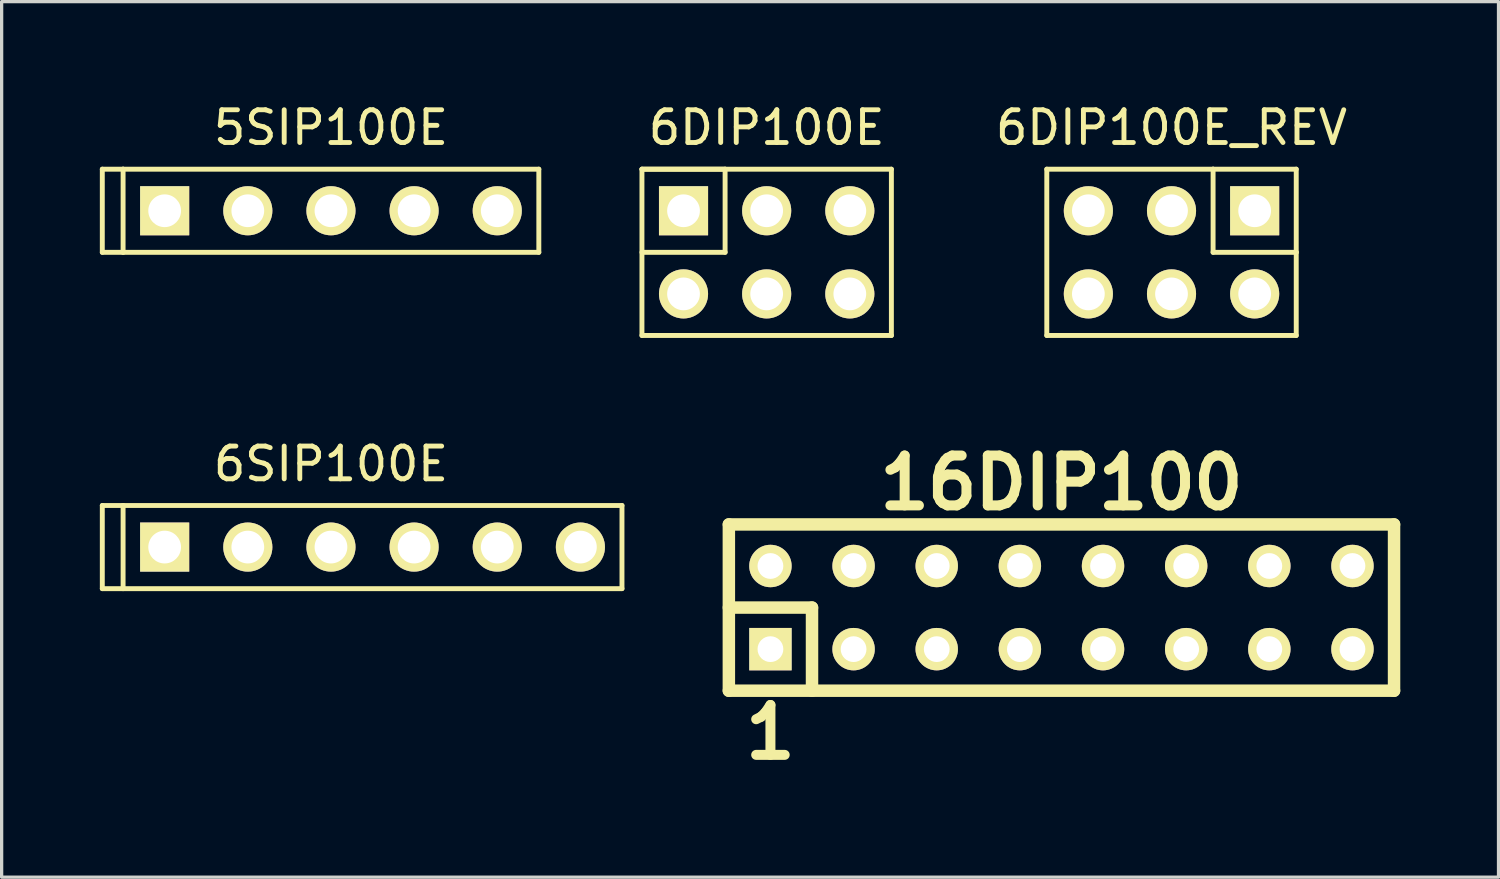
<source format=kicad_pcb>
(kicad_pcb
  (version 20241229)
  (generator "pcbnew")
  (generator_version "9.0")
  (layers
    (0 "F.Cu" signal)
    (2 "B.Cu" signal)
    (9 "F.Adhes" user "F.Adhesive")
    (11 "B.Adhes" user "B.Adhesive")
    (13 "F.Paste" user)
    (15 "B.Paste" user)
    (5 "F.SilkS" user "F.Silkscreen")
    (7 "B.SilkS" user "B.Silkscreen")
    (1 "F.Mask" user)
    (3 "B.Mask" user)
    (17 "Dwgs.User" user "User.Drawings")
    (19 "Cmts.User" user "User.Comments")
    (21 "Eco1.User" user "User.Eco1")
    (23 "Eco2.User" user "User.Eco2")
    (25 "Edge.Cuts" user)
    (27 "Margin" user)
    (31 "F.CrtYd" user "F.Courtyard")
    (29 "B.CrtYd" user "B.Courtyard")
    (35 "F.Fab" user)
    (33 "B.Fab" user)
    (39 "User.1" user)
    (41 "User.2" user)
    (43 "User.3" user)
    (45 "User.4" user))
  (footprint "16DIP100"
    (layer "F.Cu")
    (at 20.485 16.78)
    (property "Reference" "16DIP100" (at 8.89 -5.08 0) (layer "F.SilkS") (effects (font (size 1.524 1.524) (thickness 0.305))))
    (attr through_hole)
    (fp_line (start -1.27 -3.81) (end -1.27 1.27) (stroke (width 0.381) (type solid)) (layer "F.SilkS"))
    (fp_line (start -1.27 -3.81) (end 19.05 -3.81) (stroke (width 0.381) (type solid)) (layer "F.SilkS"))
    (fp_line (start -1.27 -1.27) (end 1.27 -1.27) (stroke (width 0.381) (type solid)) (layer "F.SilkS"))
    (fp_line (start 1.27 -1.27) (end 1.27 1.27) (stroke (width 0.381) (type solid)) (layer "F.SilkS"))
    (fp_line (start 19.05 -3.81) (end 19.05 1.27) (stroke (width 0.381) (type solid)) (layer "F.SilkS"))
    (fp_line (start 19.05 1.27) (end -1.27 1.27) (stroke (width 0.381) (type solid)) (layer "F.SilkS"))
    (fp_text user "1" (at 0 2.54 0) (layer "F.SilkS") (effects (font (size 1.524 1.524) (thickness 0.305))))
    (pad "1" thru_hole rect (at 0 0) (size 1.295 1.295) (drill 0.787) (layers "*.Cu" "*.Mask" "F.SilkS"))
    (pad "2" thru_hole circle (at 0 -2.54) (size 1.295 1.295) (drill 0.787) (layers "*.Cu" "*.Mask" "F.SilkS"))
    (pad "3" thru_hole circle (at 2.54 0) (size 1.295 1.295) (drill 0.787) (layers "*.Cu" "*.Mask" "F.SilkS"))
    (pad "4" thru_hole circle (at 2.54 -2.54) (size 1.295 1.295) (drill 0.787) (layers "*.Cu" "*.Mask" "F.SilkS"))
    (pad "5" thru_hole circle (at 5.08 0) (size 1.295 1.295) (drill 0.787) (layers "*.Cu" "*.Mask" "F.SilkS"))
    (pad "6" thru_hole circle (at 5.08 -2.54) (size 1.295 1.295) (drill 0.787) (layers "*.Cu" "*.Mask" "F.SilkS"))
    (pad "7" thru_hole circle (at 7.62 0) (size 1.295 1.295) (drill 0.787) (layers "*.Cu" "*.Mask" "F.SilkS"))
    (pad "8" thru_hole circle (at 7.62 -2.54) (size 1.295 1.295) (drill 0.787) (layers "*.Cu" "*.Mask" "F.SilkS"))
    (pad "9" thru_hole circle (at 10.16 0) (size 1.295 1.295) (drill 0.787) (layers "*.Cu" "*.Mask" "F.SilkS"))
    (pad "10" thru_hole circle (at 10.16 -2.54) (size 1.295 1.295) (drill 0.787) (layers "*.Cu" "*.Mask" "F.SilkS"))
    (pad "11" thru_hole circle (at 12.7 0) (size 1.295 1.295) (drill 0.787) (layers "*.Cu" "*.Mask" "F.SilkS"))
    (pad "12" thru_hole circle (at 12.7 -2.54) (size 1.295 1.295) (drill 0.787) (layers "*.Cu" "*.Mask" "F.SilkS"))
    (pad "13" thru_hole circle (at 15.24 0) (size 1.295 1.295) (drill 0.787) (layers "*.Cu" "*.Mask" "F.SilkS"))
    (pad "14" thru_hole circle (at 15.24 -2.54) (size 1.295 1.295) (drill 0.787) (layers "*.Cu" "*.Mask" "F.SilkS"))
    (pad "15" thru_hole circle (at 17.78 0) (size 1.295 1.295) (drill 0.787) (layers "*.Cu" "*.Mask" "F.SilkS"))
    (pad "16" thru_hole circle (at 17.78 -2.54) (size 1.295 1.295) (drill 0.787) (layers "*.Cu" "*.Mask" "F.SilkS")))
  (footprint "5SIP100E"
    (layer "F.Cu")
    (at 7.06 3.388)
    (property "Reference" "5SIP100E" (at 0 -2.54 0) (layer "F.SilkS") (effects (font (size 1 1) (thickness 0.15))))
    (attr through_hole)
    (fp_line (start -6.985 -1.27) (end -6.985 1.27) (stroke (width 0.15) (type solid)) (layer "F.SilkS"))
    (fp_line (start -6.985 1.27) (end -6.35 1.27) (stroke (width 0.15) (type solid)) (layer "F.SilkS"))
    (fp_line (start -6.35 -1.27) (end -6.985 -1.27) (stroke (width 0.15) (type solid)) (layer "F.SilkS"))
    (fp_line (start -6.35 -1.27) (end -6.35 1.27) (stroke (width 0.15) (type solid)) (layer "F.SilkS"))
    (fp_line (start -6.35 1.27) (end 6.35 1.27) (stroke (width 0.15) (type solid)) (layer "F.SilkS"))
    (fp_line (start 6.35 -1.27) (end -6.35 -1.27) (stroke (width 0.15) (type solid)) (layer "F.SilkS"))
    (fp_line (start 6.35 1.27) (end 6.35 -1.27) (stroke (width 0.15) (type solid)) (layer "F.SilkS"))
    (pad "1" thru_hole rect (at -5.08 0) (size 1.5 1.5) (drill 1) (layers "*.Cu" "*.Mask" "F.SilkS"))
    (pad "2" thru_hole circle (at -2.54 0) (size 1.5 1.5) (drill 1) (layers "*.Cu" "*.Mask" "F.SilkS"))
    (pad "3" thru_hole circle (at 0 0) (size 1.5 1.5) (drill 1) (layers "*.Cu" "*.Mask" "F.SilkS"))
    (pad "4" thru_hole circle (at 2.54 0) (size 1.5 1.5) (drill 1) (layers "*.Cu" "*.Mask" "F.SilkS"))
    (pad "5" thru_hole circle (at 5.08 0) (size 1.5 1.5) (drill 1) (layers "*.Cu" "*.Mask" "F.SilkS")))
  (footprint "6DIP100E"
    (layer "F.Cu")
    (at 17.83 3.388)
    (property "Reference" "6DIP100E" (at 2.54 -2.54 0) (layer "F.SilkS") (effects (font (size 1 1) (thickness 0.15))))
    (attr through_hole)
    (fp_line (start -1.27 -1.27) (end -1.27 3.81) (stroke (width 0.15) (type solid)) (layer "F.SilkS"))
    (fp_line (start -1.27 -1.27) (end 1.27 -1.27) (stroke (width 0.15) (type solid)) (layer "F.SilkS"))
    (fp_line (start -1.27 3.81) (end 6.35 3.81) (stroke (width 0.15) (type solid)) (layer "F.SilkS"))
    (fp_line (start 1.27 -1.27) (end 1.27 1.27) (stroke (width 0.15) (type solid)) (layer "F.SilkS"))
    (fp_line (start 1.27 1.27) (end -1.27 1.27) (stroke (width 0.15) (type solid)) (layer "F.SilkS"))
    (fp_line (start 6.35 -1.27) (end -1.27 -1.27) (stroke (width 0.15) (type solid)) (layer "F.SilkS"))
    (fp_line (start 6.35 3.81) (end 6.35 -1.27) (stroke (width 0.15) (type solid)) (layer "F.SilkS"))
    (pad "1" thru_hole rect (at 0 0) (size 1.5 1.5) (drill 1) (layers "*.Cu" "*.Mask" "F.SilkS"))
    (pad "2" thru_hole circle (at 0 2.54) (size 1.5 1.5) (drill 1) (layers "*.Cu" "*.Mask" "F.SilkS"))
    (pad "3" thru_hole circle (at 2.54 0) (size 1.5 1.5) (drill 1) (layers "*.Cu" "*.Mask" "F.SilkS"))
    (pad "4" thru_hole circle (at 2.54 2.54) (size 1.5 1.5) (drill 1) (layers "*.Cu" "*.Mask" "F.SilkS"))
    (pad "5" thru_hole circle (at 5.08 0) (size 1.5 1.5) (drill 1) (layers "*.Cu" "*.Mask" "F.SilkS"))
    (pad "6" thru_hole circle (at 5.08 2.54) (size 1.5 1.5) (drill 1) (layers "*.Cu" "*.Mask" "F.SilkS")))
  (footprint "6SIP100E"
    (layer "F.Cu")
    (at 7.06 13.662)
    (property "Reference" "6SIP100E" (at 0 -2.54 0) (layer "F.SilkS") (effects (font (size 1 1) (thickness 0.15))))
    (attr through_hole)
    (fp_line (start -6.985 -1.27) (end -6.985 1.27) (stroke (width 0.15) (type solid)) (layer "F.SilkS"))
    (fp_line (start -6.985 1.27) (end -6.35 1.27) (stroke (width 0.15) (type solid)) (layer "F.SilkS"))
    (fp_line (start -6.35 -1.27) (end -6.985 -1.27) (stroke (width 0.15) (type solid)) (layer "F.SilkS"))
    (fp_line (start -6.35 -1.27) (end -6.35 1.27) (stroke (width 0.15) (type solid)) (layer "F.SilkS"))
    (fp_line (start -6.35 -1.27) (end 8.89 -1.27) (stroke (width 0.15) (type solid)) (layer "F.SilkS"))
    (fp_line (start 8.89 -1.27) (end 8.89 1.27) (stroke (width 0.15) (type solid)) (layer "F.SilkS"))
    (fp_line (start 8.89 1.27) (end -6.35 1.27) (stroke (width 0.15) (type solid)) (layer "F.SilkS"))
    (pad "1" thru_hole rect (at -5.08 0) (size 1.5 1.5) (drill 1) (layers "*.Cu" "*.Mask" "F.SilkS"))
    (pad "2" thru_hole circle (at -2.54 0) (size 1.5 1.5) (drill 1) (layers "*.Cu" "*.Mask" "F.SilkS"))
    (pad "3" thru_hole circle (at 0 0) (size 1.5 1.5) (drill 1) (layers "*.Cu" "*.Mask" "F.SilkS"))
    (pad "4" thru_hole circle (at 2.54 0) (size 1.5 1.5) (drill 1) (layers "*.Cu" "*.Mask" "F.SilkS"))
    (pad "5" thru_hole circle (at 5.08 0) (size 1.5 1.5) (drill 1) (layers "*.Cu" "*.Mask" "F.SilkS"))
    (pad "6" thru_hole circle (at 7.62 0) (size 1.5 1.5) (drill 1) (layers "*.Cu" "*.Mask" "F.SilkS")))
  (footprint "6DIP100E_REV"
    (layer "F.Cu")
    (at 35.277 3.388)
    (property "Reference" "6DIP100E_REV" (at -2.54 -2.54 0) (layer "F.SilkS") (effects (font (size 1 1) (thickness 0.15))))
    (attr through_hole)
    (fp_line (start -6.35 -1.27) (end -6.35 3.81) (stroke (width 0.15) (type solid)) (layer "F.SilkS"))
    (fp_line (start -6.35 3.81) (end 1.27 3.81) (stroke (width 0.15) (type solid)) (layer "F.SilkS"))
    (fp_line (start -1.27 -1.27) (end -6.35 -1.27) (stroke (width 0.15) (type solid)) (layer "F.SilkS"))
    (fp_line (start -1.27 -1.27) (end -1.27 1.27) (stroke (width 0.15) (type solid)) (layer "F.SilkS"))
    (fp_line (start -1.27 -1.27) (end 1.27 -1.27) (stroke (width 0.15) (type solid)) (layer "F.SilkS"))
    (fp_line (start 1.27 -1.27) (end 1.27 1.27) (stroke (width 0.15) (type solid)) (layer "F.SilkS"))
    (fp_line (start 1.27 1.27) (end -1.27 1.27) (stroke (width 0.15) (type solid)) (layer "F.SilkS"))
    (fp_line (start 1.27 3.81) (end 1.27 1.27) (stroke (width 0.15) (type solid)) (layer "F.SilkS"))
    (pad "1" thru_hole rect (at 0 0) (size 1.5 1.5) (drill 1) (layers "*.Cu" "*.Mask" "F.SilkS"))
    (pad "2" thru_hole circle (at 0 2.54) (size 1.5 1.5) (drill 1) (layers "*.Cu" "*.Mask" "F.SilkS"))
    (pad "3" thru_hole circle (at -2.54 0) (size 1.5 1.5) (drill 1) (layers "*.Cu" "*.Mask" "F.SilkS"))
    (pad "4" thru_hole circle (at -2.54 2.54) (size 1.5 1.5) (drill 1) (layers "*.Cu" "*.Mask" "F.SilkS"))
    (pad "5" thru_hole circle (at -5.08 0) (size 1.5 1.5) (drill 1) (layers "*.Cu" "*.Mask" "F.SilkS"))
    (pad "6" thru_hole circle (at -5.08 2.54) (size 1.5 1.5) (drill 1) (layers "*.Cu" "*.Mask" "F.SilkS")))
  (gr_rect
    (start -3 -3)
    (end 42.726 23.746)
    (stroke (width 0.1) (type default))
    (fill no)
    (layer "Edge.Cuts")))
</source>
